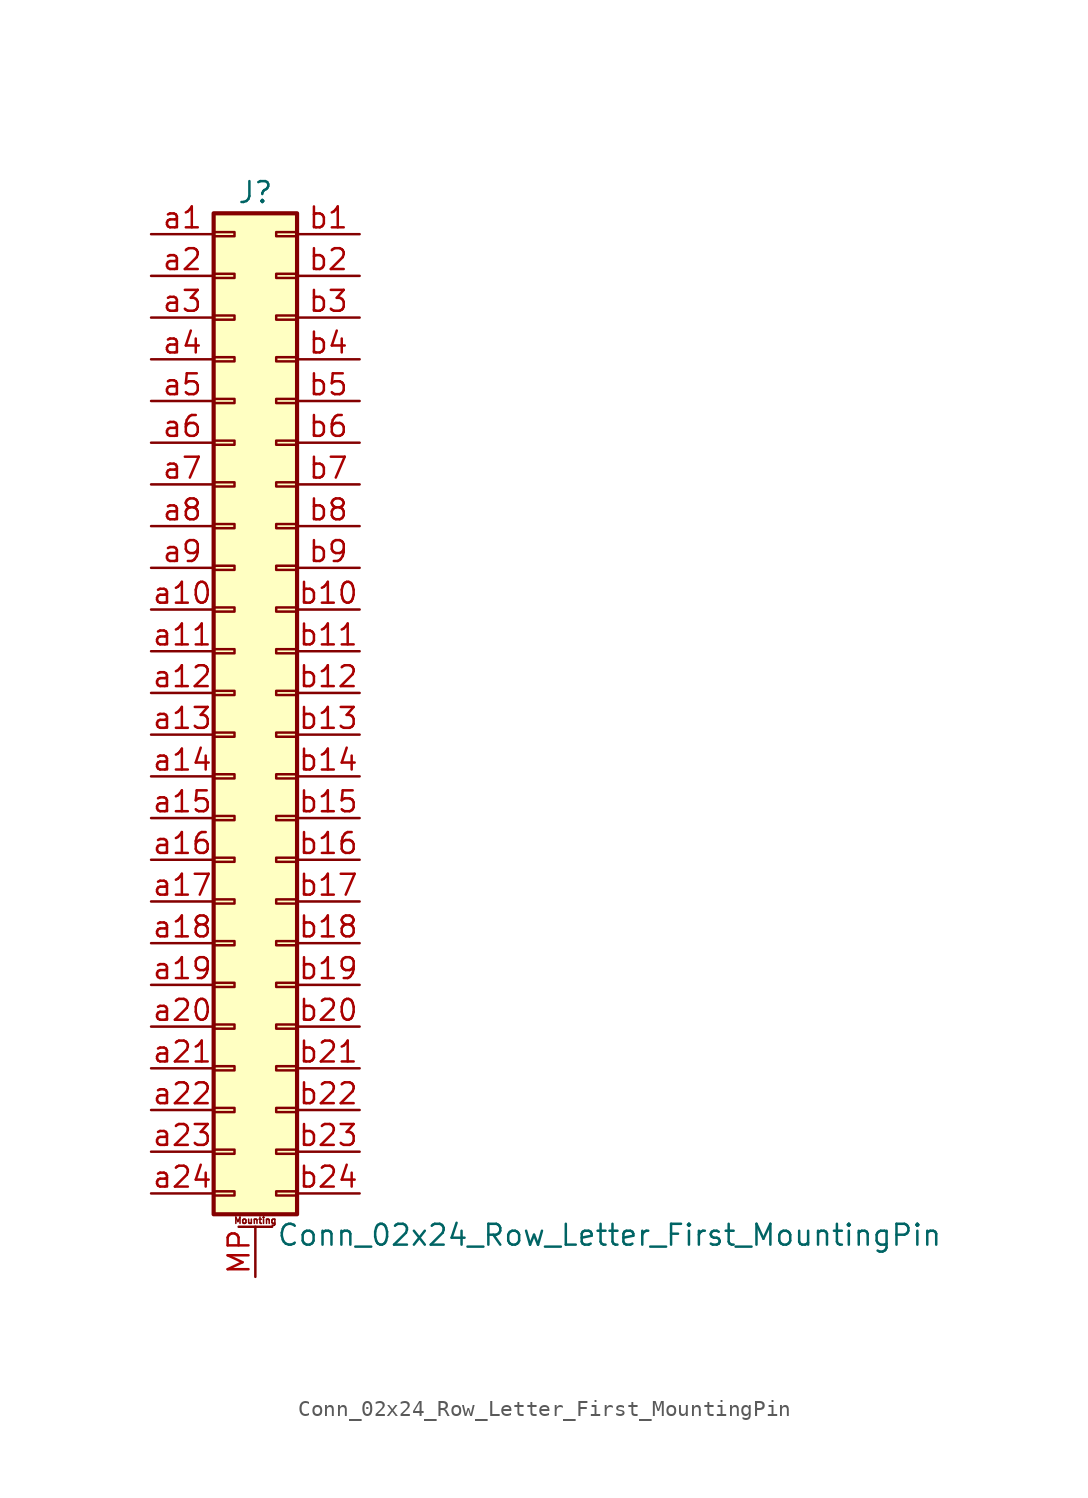
<source format=kicad_sym>
(kicad_symbol_lib
  (version 20201005)
  (generator kicad_symbol_editor)
  (symbol "Connector_Generic_MountingPin:Conn_02x24_Row_Letter_First_MountingPin"
    (pin_names
      (offset 1.016) hide)
    (property "Reference" "J"
      (at 1.27 30.48 0)
      (effects (font (size 1.27 1.27))))
    (property "Value" "Conn_02x24_Row_Letter_First_MountingPin"
      (at 2.54 -33.02 0)
      (effects (font (size 1.27 1.27)) (justify left)))
    (symbol "Conn_02x24_Row_Letter_First_MountingPin_1_1"
      (text "Mounting" (at 1.27 -32.131 0) (effects (font (size 0.381 0.381))))
      (rectangle (start -1.27 -27.813) (end 0 -28.067) (stroke (width 0.152)) (fill (type none)))
      (rectangle (start -1.27 -30.353) (end 0 -30.607) (stroke (width 0.152)) (fill (type none)))
      (rectangle (start -1.27 -4.953) (end 0 -5.207) (stroke (width 0.152)) (fill (type none)))
      (rectangle (start -1.27 -7.493) (end 0 -7.747) (stroke (width 0.152)) (fill (type none)))
      (rectangle (start -1.27 -10.033) (end 0 -10.287) (stroke (width 0.152)) (fill (type none)))
      (rectangle (start -1.27 -12.573) (end 0 -12.827) (stroke (width 0.152)) (fill (type none)))
      (rectangle (start -1.27 -15.113) (end 0 -15.367) (stroke (width 0.152)) (fill (type none)))
      (rectangle (start -1.27 -17.653) (end 0 -17.907) (stroke (width 0.152)) (fill (type none)))
      (rectangle (start -1.27 -20.193) (end 0 -20.447) (stroke (width 0.152)) (fill (type none)))
      (rectangle (start -1.27 -22.733) (end 0 -22.987) (stroke (width 0.152)) (fill (type none)))
      (rectangle (start -1.27 -2.413) (end 0 -2.667) (stroke (width 0.152)) (fill (type none)))
      (rectangle (start -1.27 -25.273) (end 0 -25.527) (stroke (width 0.152)) (fill (type none)))
      (rectangle (start -1.27 25.527) (end 0 25.273) (stroke (width 0.152)) (fill (type none)))
      (rectangle (start -1.27 2.667) (end 0 2.413) (stroke (width 0.152)) (fill (type none)))
      (rectangle (start -1.27 28.067) (end 0 27.813) (stroke (width 0.152)) (fill (type none)))
      (rectangle (start -1.27 29.21) (end 3.81 -31.75) (stroke (width 0.254)) (fill (type background)))
      (rectangle (start -1.27 5.207) (end 0 4.953) (stroke (width 0.152)) (fill (type none)))
      (rectangle (start -1.27 7.747) (end 0 7.493) (stroke (width 0.152)) (fill (type none)))
      (rectangle (start -1.27 10.287) (end 0 10.033) (stroke (width 0.152)) (fill (type none)))
      (rectangle (start -1.27 0.127) (end 0 -0.127) (stroke (width 0.152)) (fill (type none)))
      (rectangle (start -1.27 12.827) (end 0 12.573) (stroke (width 0.152)) (fill (type none)))
      (rectangle (start -1.27 15.367) (end 0 15.113) (stroke (width 0.152)) (fill (type none)))
      (rectangle (start -1.27 17.907) (end 0 17.653) (stroke (width 0.152)) (fill (type none)))
      (rectangle (start -1.27 20.447) (end 0 20.193) (stroke (width 0.152)) (fill (type none)))
      (rectangle (start -1.27 22.987) (end 0 22.733) (stroke (width 0.152)) (fill (type none)))
      (rectangle (start 3.81 -27.813) (end 2.54 -28.067) (stroke (width 0.152)) (fill (type none)))
      (rectangle (start 3.81 -30.353) (end 2.54 -30.607) (stroke (width 0.152)) (fill (type none)))
      (rectangle (start 3.81 -4.953) (end 2.54 -5.207) (stroke (width 0.152)) (fill (type none)))
      (rectangle (start 3.81 -7.493) (end 2.54 -7.747) (stroke (width 0.152)) (fill (type none)))
      (rectangle (start 3.81 -10.033) (end 2.54 -10.287) (stroke (width 0.152)) (fill (type none)))
      (rectangle (start 3.81 -12.573) (end 2.54 -12.827) (stroke (width 0.152)) (fill (type none)))
      (rectangle (start 3.81 -15.113) (end 2.54 -15.367) (stroke (width 0.152)) (fill (type none)))
      (rectangle (start 3.81 -17.653) (end 2.54 -17.907) (stroke (width 0.152)) (fill (type none)))
      (rectangle (start 3.81 -20.193) (end 2.54 -20.447) (stroke (width 0.152)) (fill (type none)))
      (rectangle (start 3.81 -22.733) (end 2.54 -22.987) (stroke (width 0.152)) (fill (type none)))
      (rectangle (start 3.81 -2.413) (end 2.54 -2.667) (stroke (width 0.152)) (fill (type none)))
      (rectangle (start 3.81 -25.273) (end 2.54 -25.527) (stroke (width 0.152)) (fill (type none)))
      (rectangle (start 3.81 25.527) (end 2.54 25.273) (stroke (width 0.152)) (fill (type none)))
      (rectangle (start 3.81 2.667) (end 2.54 2.413) (stroke (width 0.152)) (fill (type none)))
      (rectangle (start 3.81 28.067) (end 2.54 27.813) (stroke (width 0.152)) (fill (type none)))
      (rectangle (start 3.81 5.207) (end 2.54 4.953) (stroke (width 0.152)) (fill (type none)))
      (rectangle (start 3.81 7.747) (end 2.54 7.493) (stroke (width 0.152)) (fill (type none)))
      (rectangle (start 3.81 10.287) (end 2.54 10.033) (stroke (width 0.152)) (fill (type none)))
      (rectangle (start 3.81 0.127) (end 2.54 -0.127) (stroke (width 0.152)) (fill (type none)))
      (rectangle (start 3.81 12.827) (end 2.54 12.573) (stroke (width 0.152)) (fill (type none)))
      (rectangle (start 3.81 15.367) (end 2.54 15.113) (stroke (width 0.152)) (fill (type none)))
      (rectangle (start 3.81 17.907) (end 2.54 17.653) (stroke (width 0.152)) (fill (type none)))
      (rectangle (start 3.81 20.447) (end 2.54 20.193) (stroke (width 0.152)) (fill (type none)))
      (rectangle (start 3.81 22.987) (end 2.54 22.733) (stroke (width 0.152)) (fill (type none)))
      (polyline (pts (xy 0.254 -32.512) (xy 2.286 -32.512)) (stroke (width 0.152)) (fill (type none)))
      (pin passive line (at 1.27 -35.56 90) (length 3.048) (name "MountPin" (effects (font (size 1.27 1.27)))) (number "MP" (effects (font (size 1.27 1.27)))))
      (pin passive line (at -5.08 27.94 0) (length 3.81) (name "Pin_a1" (effects (font (size 1.27 1.27)))) (number "a1" (effects (font (size 1.27 1.27)))))
      (pin passive line (at -5.08 5.08 0) (length 3.81) (name "Pin_a10" (effects (font (size 1.27 1.27)))) (number "a10" (effects (font (size 1.27 1.27)))))
      (pin passive line (at -5.08 2.54 0) (length 3.81) (name "Pin_a11" (effects (font (size 1.27 1.27)))) (number "a11" (effects (font (size 1.27 1.27)))))
      (pin passive line (at -5.08 0 0) (length 3.81) (name "Pin_a12" (effects (font (size 1.27 1.27)))) (number "a12" (effects (font (size 1.27 1.27)))))
      (pin passive line (at -5.08 -2.54 0) (length 3.81) (name "Pin_a13" (effects (font (size 1.27 1.27)))) (number "a13" (effects (font (size 1.27 1.27)))))
      (pin passive line (at -5.08 -5.08 0) (length 3.81) (name "Pin_a14" (effects (font (size 1.27 1.27)))) (number "a14" (effects (font (size 1.27 1.27)))))
      (pin passive line (at -5.08 -7.62 0) (length 3.81) (name "Pin_a15" (effects (font (size 1.27 1.27)))) (number "a15" (effects (font (size 1.27 1.27)))))
      (pin passive line (at -5.08 -10.16 0) (length 3.81) (name "Pin_a16" (effects (font (size 1.27 1.27)))) (number "a16" (effects (font (size 1.27 1.27)))))
      (pin passive line (at -5.08 -12.7 0) (length 3.81) (name "Pin_a17" (effects (font (size 1.27 1.27)))) (number "a17" (effects (font (size 1.27 1.27)))))
      (pin passive line (at -5.08 -15.24 0) (length 3.81) (name "Pin_a18" (effects (font (size 1.27 1.27)))) (number "a18" (effects (font (size 1.27 1.27)))))
      (pin passive line (at -5.08 -17.78 0) (length 3.81) (name "Pin_a19" (effects (font (size 1.27 1.27)))) (number "a19" (effects (font (size 1.27 1.27)))))
      (pin passive line (at -5.08 25.4 0) (length 3.81) (name "Pin_a2" (effects (font (size 1.27 1.27)))) (number "a2" (effects (font (size 1.27 1.27)))))
      (pin passive line (at -5.08 -20.32 0) (length 3.81) (name "Pin_a20" (effects (font (size 1.27 1.27)))) (number "a20" (effects (font (size 1.27 1.27)))))
      (pin passive line (at -5.08 -22.86 0) (length 3.81) (name "Pin_a21" (effects (font (size 1.27 1.27)))) (number "a21" (effects (font (size 1.27 1.27)))))
      (pin passive line (at -5.08 -25.4 0) (length 3.81) (name "Pin_a22" (effects (font (size 1.27 1.27)))) (number "a22" (effects (font (size 1.27 1.27)))))
      (pin passive line (at -5.08 -27.94 0) (length 3.81) (name "Pin_a23" (effects (font (size 1.27 1.27)))) (number "a23" (effects (font (size 1.27 1.27)))))
      (pin passive line (at -5.08 -30.48 0) (length 3.81) (name "Pin_a24" (effects (font (size 1.27 1.27)))) (number "a24" (effects (font (size 1.27 1.27)))))
      (pin passive line (at -5.08 22.86 0) (length 3.81) (name "Pin_a3" (effects (font (size 1.27 1.27)))) (number "a3" (effects (font (size 1.27 1.27)))))
      (pin passive line (at -5.08 20.32 0) (length 3.81) (name "Pin_a4" (effects (font (size 1.27 1.27)))) (number "a4" (effects (font (size 1.27 1.27)))))
      (pin passive line (at -5.08 17.78 0) (length 3.81) (name "Pin_a5" (effects (font (size 1.27 1.27)))) (number "a5" (effects (font (size 1.27 1.27)))))
      (pin passive line (at -5.08 15.24 0) (length 3.81) (name "Pin_a6" (effects (font (size 1.27 1.27)))) (number "a6" (effects (font (size 1.27 1.27)))))
      (pin passive line (at -5.08 12.7 0) (length 3.81) (name "Pin_a7" (effects (font (size 1.27 1.27)))) (number "a7" (effects (font (size 1.27 1.27)))))
      (pin passive line (at -5.08 10.16 0) (length 3.81) (name "Pin_a8" (effects (font (size 1.27 1.27)))) (number "a8" (effects (font (size 1.27 1.27)))))
      (pin passive line (at -5.08 7.62 0) (length 3.81) (name "Pin_a9" (effects (font (size 1.27 1.27)))) (number "a9" (effects (font (size 1.27 1.27)))))
      (pin passive line (at 7.62 27.94 180) (length 3.81) (name "Pin_b1" (effects (font (size 1.27 1.27)))) (number "b1" (effects (font (size 1.27 1.27)))))
      (pin passive line (at 7.62 5.08 180) (length 3.81) (name "Pin_b10" (effects (font (size 1.27 1.27)))) (number "b10" (effects (font (size 1.27 1.27)))))
      (pin passive line (at 7.62 2.54 180) (length 3.81) (name "Pin_b11" (effects (font (size 1.27 1.27)))) (number "b11" (effects (font (size 1.27 1.27)))))
      (pin passive line (at 7.62 0 180) (length 3.81) (name "Pin_b12" (effects (font (size 1.27 1.27)))) (number "b12" (effects (font (size 1.27 1.27)))))
      (pin passive line (at 7.62 -2.54 180) (length 3.81) (name "Pin_b13" (effects (font (size 1.27 1.27)))) (number "b13" (effects (font (size 1.27 1.27)))))
      (pin passive line (at 7.62 -5.08 180) (length 3.81) (name "Pin_b14" (effects (font (size 1.27 1.27)))) (number "b14" (effects (font (size 1.27 1.27)))))
      (pin passive line (at 7.62 -7.62 180) (length 3.81) (name "Pin_b15" (effects (font (size 1.27 1.27)))) (number "b15" (effects (font (size 1.27 1.27)))))
      (pin passive line (at 7.62 -10.16 180) (length 3.81) (name "Pin_b16" (effects (font (size 1.27 1.27)))) (number "b16" (effects (font (size 1.27 1.27)))))
      (pin passive line (at 7.62 -12.7 180) (length 3.81) (name "Pin_b17" (effects (font (size 1.27 1.27)))) (number "b17" (effects (font (size 1.27 1.27)))))
      (pin passive line (at 7.62 -15.24 180) (length 3.81) (name "Pin_b18" (effects (font (size 1.27 1.27)))) (number "b18" (effects (font (size 1.27 1.27)))))
      (pin passive line (at 7.62 -17.78 180) (length 3.81) (name "Pin_b19" (effects (font (size 1.27 1.27)))) (number "b19" (effects (font (size 1.27 1.27)))))
      (pin passive line (at 7.62 25.4 180) (length 3.81) (name "Pin_b2" (effects (font (size 1.27 1.27)))) (number "b2" (effects (font (size 1.27 1.27)))))
      (pin passive line (at 7.62 -20.32 180) (length 3.81) (name "Pin_b20" (effects (font (size 1.27 1.27)))) (number "b20" (effects (font (size 1.27 1.27)))))
      (pin passive line (at 7.62 -22.86 180) (length 3.81) (name "Pin_b21" (effects (font (size 1.27 1.27)))) (number "b21" (effects (font (size 1.27 1.27)))))
      (pin passive line (at 7.62 -25.4 180) (length 3.81) (name "Pin_b22" (effects (font (size 1.27 1.27)))) (number "b22" (effects (font (size 1.27 1.27)))))
      (pin passive line (at 7.62 -27.94 180) (length 3.81) (name "Pin_b23" (effects (font (size 1.27 1.27)))) (number "b23" (effects (font (size 1.27 1.27)))))
      (pin passive line (at 7.62 -30.48 180) (length 3.81) (name "Pin_b24" (effects (font (size 1.27 1.27)))) (number "b24" (effects (font (size 1.27 1.27)))))
      (pin passive line (at 7.62 22.86 180) (length 3.81) (name "Pin_b3" (effects (font (size 1.27 1.27)))) (number "b3" (effects (font (size 1.27 1.27)))))
      (pin passive line (at 7.62 20.32 180) (length 3.81) (name "Pin_b4" (effects (font (size 1.27 1.27)))) (number "b4" (effects (font (size 1.27 1.27)))))
      (pin passive line (at 7.62 17.78 180) (length 3.81) (name "Pin_b5" (effects (font (size 1.27 1.27)))) (number "b5" (effects (font (size 1.27 1.27)))))
      (pin passive line (at 7.62 15.24 180) (length 3.81) (name "Pin_b6" (effects (font (size 1.27 1.27)))) (number "b6" (effects (font (size 1.27 1.27)))))
      (pin passive line (at 7.62 12.7 180) (length 3.81) (name "Pin_b7" (effects (font (size 1.27 1.27)))) (number "b7" (effects (font (size 1.27 1.27)))))
      (pin passive line (at 7.62 10.16 180) (length 3.81) (name "Pin_b8" (effects (font (size 1.27 1.27)))) (number "b8" (effects (font (size 1.27 1.27)))))
      (pin passive line (at 7.62 7.62 180) (length 3.81) (name "Pin_b9" (effects (font (size 1.27 1.27)))) (number "b9" (effects (font (size 1.27 1.27))))))))
</source>
